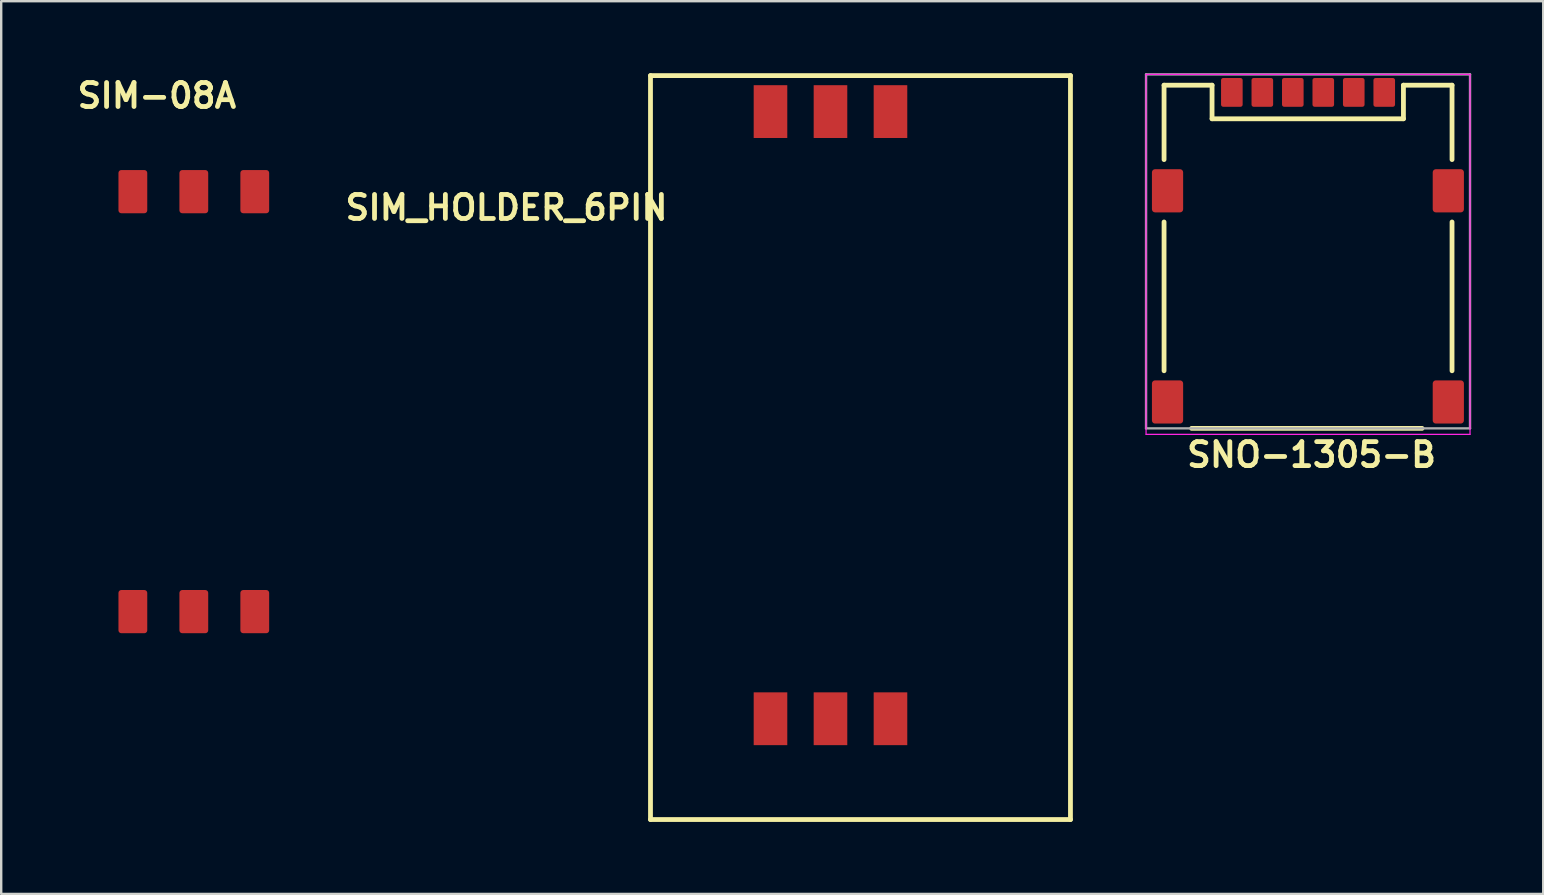
<source format=kicad_pcb>
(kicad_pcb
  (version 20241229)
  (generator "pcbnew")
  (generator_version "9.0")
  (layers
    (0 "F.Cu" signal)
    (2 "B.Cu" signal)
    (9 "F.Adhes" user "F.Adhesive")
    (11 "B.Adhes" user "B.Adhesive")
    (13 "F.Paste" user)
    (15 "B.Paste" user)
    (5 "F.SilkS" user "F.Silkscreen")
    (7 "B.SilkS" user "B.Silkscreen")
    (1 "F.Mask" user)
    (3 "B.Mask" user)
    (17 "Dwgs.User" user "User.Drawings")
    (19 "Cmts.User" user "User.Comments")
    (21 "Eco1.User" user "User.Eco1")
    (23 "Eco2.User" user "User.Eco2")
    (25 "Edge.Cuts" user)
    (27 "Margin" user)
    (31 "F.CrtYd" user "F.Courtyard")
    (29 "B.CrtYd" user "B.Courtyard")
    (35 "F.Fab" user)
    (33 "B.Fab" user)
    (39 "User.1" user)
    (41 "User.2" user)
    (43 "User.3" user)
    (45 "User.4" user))
  (footprint "SNO-1305-B"
    (layer "F.Cu")
    (at 51.456 7.3)
    (property "Reference" "SNO-1305-B" (at 0.145 8.6 0) (layer "F.SilkS") (effects (font (size 1 1) (thickness 0.2))))
    (attr smd)
    (fp_line (start -6 -6.8) (end -4 -6.8) (stroke (width 0.2) (type solid)) (layer "F.SilkS"))
    (fp_line (start -6 -3.7) (end -6 -6.8) (stroke (width 0.2) (type solid)) (layer "F.SilkS"))
    (fp_line (start -6 -1.1) (end -6 5.1) (stroke (width 0.2) (type solid)) (layer "F.SilkS"))
    (fp_line (start -4.85 7.5) (end 4.75 7.5) (stroke (width 0.2) (type solid)) (layer "F.SilkS"))
    (fp_line (start -4 -6.8) (end -4 -5.4) (stroke (width 0.2) (type solid)) (layer "F.SilkS"))
    (fp_line (start -4 -5.4) (end 3.975 -5.4) (stroke (width 0.2) (type solid)) (layer "F.SilkS"))
    (fp_line (start 3.975 -6.8) (end 6 -6.8) (stroke (width 0.2) (type solid)) (layer "F.SilkS"))
    (fp_line (start 3.975 -5.4) (end 3.975 -6.8) (stroke (width 0.2) (type solid)) (layer "F.SilkS"))
    (fp_line (start 6 -3.7) (end 6 -6.8) (stroke (width 0.2) (type solid)) (layer "F.SilkS"))
    (fp_line (start 6 -1.1) (end 6 5.1) (stroke (width 0.2) (type solid)) (layer "F.SilkS"))
    (fp_line (start -6.75 -7.25) (end 6.75 -7.25) (stroke (width 0.05) (type solid)) (layer "F.CrtYd"))
    (fp_line (start -6.75 7.75) (end -6.75 -7.25) (stroke (width 0.05) (type solid)) (layer "F.CrtYd"))
    (fp_line (start 6.75 -7.25) (end 6.75 7.75) (stroke (width 0.05) (type solid)) (layer "F.CrtYd"))
    (fp_line (start 6.75 7.75) (end -6.75 7.75) (stroke (width 0.05) (type solid)) (layer "F.CrtYd"))
    (fp_line (start -6.75 -7.25) (end 6.75 -7.25) (stroke (width 0.1) (type solid)) (layer "F.Fab"))
    (fp_line (start -6.75 7.5) (end -6.75 -7.25) (stroke (width 0.1) (type solid)) (layer "F.Fab"))
    (fp_line (start 6.75 -7.25) (end 6.75 7.5) (stroke (width 0.1) (type solid)) (layer "F.Fab"))
    (fp_line (start 6.75 7.5) (end -6.75 7.5) (stroke (width 0.1) (type solid)) (layer "F.Fab"))
    (pad "C1" smd roundrect (at -3.175 -6.5) (size 0.9 1.2) (layers "F.Cu" "F.Mask" "F.Paste") (roundrect_rratio 0.1))
    (pad "C2" smd roundrect (at -0.635 -6.5) (size 0.9 1.2) (layers "F.Cu" "F.Mask" "F.Paste") (roundrect_rratio 0.1))
    (pad "C3" smd roundrect (at 1.905 -6.5) (size 0.9 1.2) (layers "F.Cu" "F.Mask" "F.Paste") (roundrect_rratio 0.1))
    (pad "C5" smd roundrect (at -1.905 -6.5) (size 0.9 1.2) (layers "F.Cu" "F.Mask" "F.Paste") (roundrect_rratio 0.1))
    (pad "C6" smd roundrect (at 0.635 -6.5) (size 0.9 1.2) (layers "F.Cu" "F.Mask" "F.Paste") (roundrect_rratio 0.1))
    (pad "C7" smd roundrect (at 3.175 -6.5) (size 0.9 1.2) (layers "F.Cu" "F.Mask" "F.Paste") (roundrect_rratio 0.1))
    (pad "Z1" smd roundrect (at -5.855 -2.4) (size 1.3 1.8) (layers "F.Cu" "F.Mask" "F.Paste") (roundrect_rratio 0.1))
    (pad "Z1" smd roundrect (at -5.855 6.4) (size 1.3 1.8) (layers "F.Cu" "F.Mask" "F.Paste") (roundrect_rratio 0.1))
    (pad "Z2" smd roundrect (at 5.845 -2.4) (size 1.3 1.8) (layers "F.Cu" "F.Mask" "F.Paste") (roundrect_rratio 0.1))
    (pad "Z2" smd roundrect (at 5.845 6.4) (size 1.3 1.8) (layers "F.Cu" "F.Mask" "F.Paste") (roundrect_rratio 0.1)))
  (footprint "SIM_HOLDER_6PIN"
    (layer "F.Cu")
    (at 29.056 1.6)
    (property "Reference" "SIM_HOLDER_6PIN" (at -11 4 0) (layer "F.SilkS") (effects (font (size 1 1) (thickness 0.2))))
    (attr through_hole)
    (fp_line (start -5 -1.5) (end -5 29.5) (stroke (width 0.2) (type solid)) (layer "F.SilkS"))
    (fp_line (start -5 -1.5) (end 12.5 -1.5) (stroke (width 0.2) (type solid)) (layer "F.SilkS"))
    (fp_line (start -5 29.5) (end 12.5 29.5) (stroke (width 0.2) (type solid)) (layer "F.SilkS"))
    (fp_line (start 12.5 29.5) (end 12.5 -1.5) (stroke (width 0.2) (type solid)) (layer "F.SilkS"))
    (pad "1" smd rect (at 0 0) (size 1.4 2.2) (layers "F.Cu" "F.Mask" "F.Paste"))
    (pad "2" smd rect (at 2.5 0) (size 1.4 2.2) (layers "F.Cu" "F.Mask" "F.Paste"))
    (pad "3" smd rect (at 5 0) (size 1.4 2.2) (layers "F.Cu" "F.Mask" "F.Paste"))
    (pad "4" smd rect (at 0 25.3) (size 1.4 2.2) (layers "F.Cu" "F.Mask" "F.Paste"))
    (pad "5" smd rect (at 2.5 25.3) (size 1.4 2.2) (layers "F.Cu" "F.Mask" "F.Paste"))
    (pad "6" smd rect (at 5 25.3) (size 1.4 2.2) (layers "F.Cu" "F.Mask" "F.Paste")))
  (footprint "SIM-08A"
    (layer "F.Cu")
    (at 2.486 4.936)
    (property "Reference" "SIM-08A" (at 1 -4 0) (layer "F.SilkS") (effects (font (size 1 1) (thickness 0.2))))
    (attr through_hole)
    (pad "1" smd roundrect (at 0 0) (size 1.2 1.8) (layers "F.Cu" "F.Mask" "F.Paste") (roundrect_rratio 0.1))
    (pad "2" smd roundrect (at 2.54 0) (size 1.2 1.8) (layers "F.Cu" "F.Mask" "F.Paste") (roundrect_rratio 0.1))
    (pad "3" smd roundrect (at 5.08 0) (size 1.2 1.8) (layers "F.Cu" "F.Mask" "F.Paste") (roundrect_rratio 0.1))
    (pad "4" smd roundrect (at 0 17.5) (size 1.2 1.8) (layers "F.Cu" "F.Mask" "F.Paste") (roundrect_rratio 0.1))
    (pad "5" smd roundrect (at 2.54 17.5) (size 1.2 1.8) (layers "F.Cu" "F.Mask" "F.Paste") (roundrect_rratio 0.1))
    (pad "6" smd roundrect (at 5.08 17.5) (size 1.2 1.8) (layers "F.Cu" "F.Mask" "F.Paste") (roundrect_rratio 0.1)))
  (gr_rect
    (start -3 -3)
    (end 61.256 34.2)
    (stroke (width 0.1) (type default))
    (fill no)
    (layer "Edge.Cuts")))
</source>
